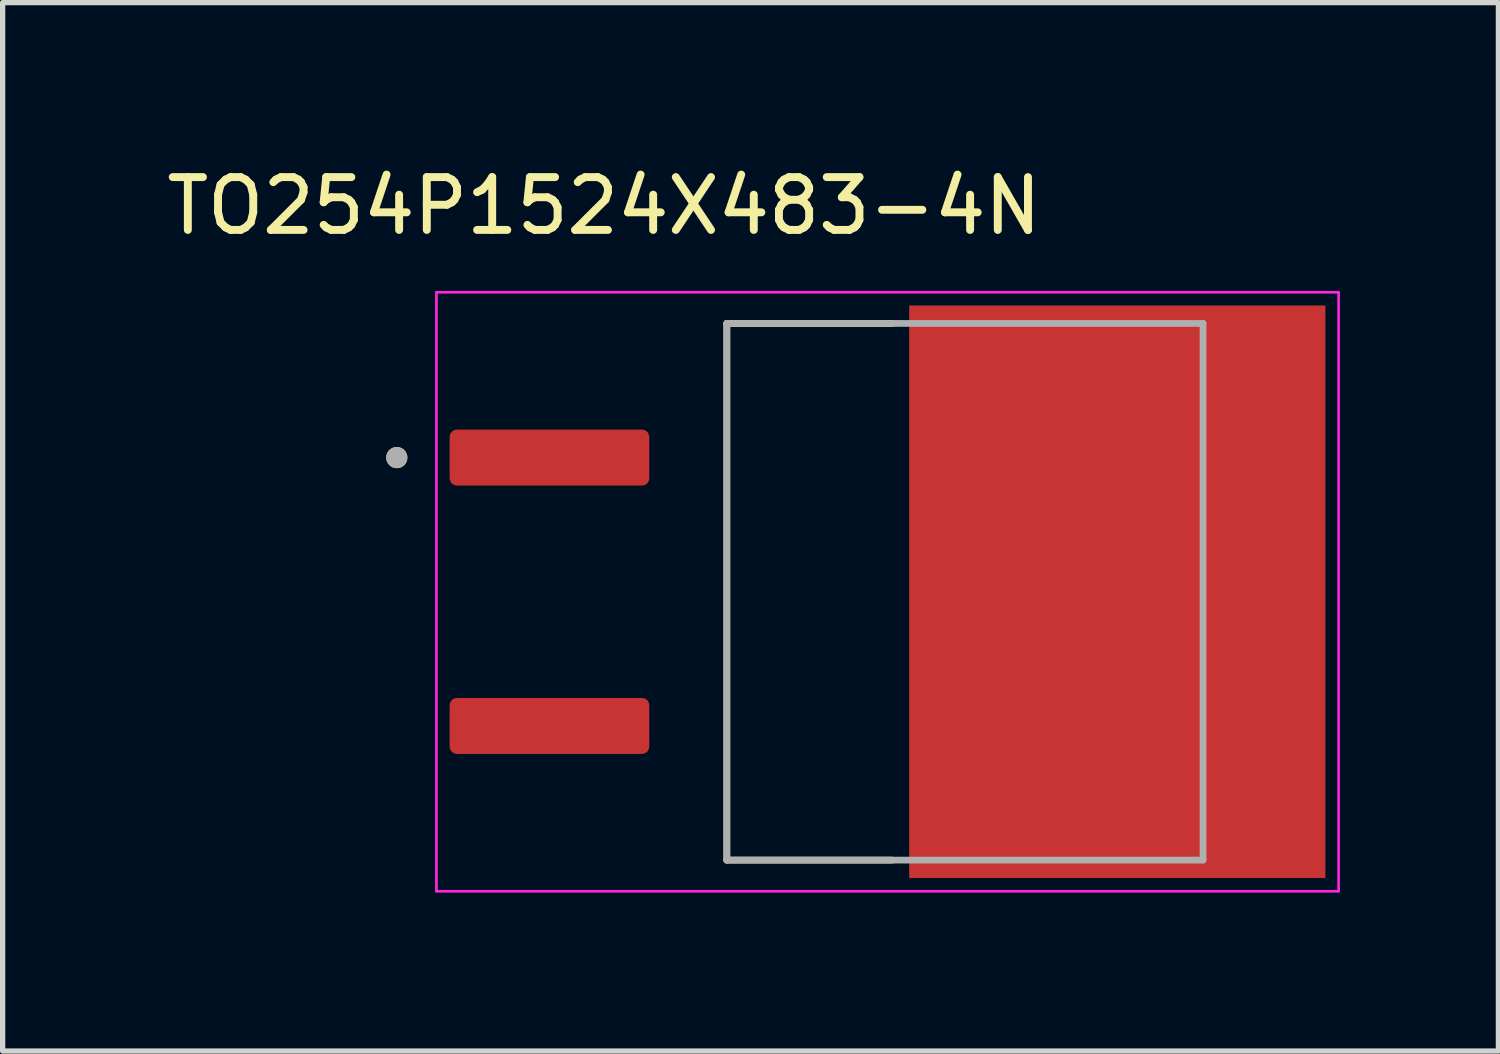
<source format=kicad_pcb>
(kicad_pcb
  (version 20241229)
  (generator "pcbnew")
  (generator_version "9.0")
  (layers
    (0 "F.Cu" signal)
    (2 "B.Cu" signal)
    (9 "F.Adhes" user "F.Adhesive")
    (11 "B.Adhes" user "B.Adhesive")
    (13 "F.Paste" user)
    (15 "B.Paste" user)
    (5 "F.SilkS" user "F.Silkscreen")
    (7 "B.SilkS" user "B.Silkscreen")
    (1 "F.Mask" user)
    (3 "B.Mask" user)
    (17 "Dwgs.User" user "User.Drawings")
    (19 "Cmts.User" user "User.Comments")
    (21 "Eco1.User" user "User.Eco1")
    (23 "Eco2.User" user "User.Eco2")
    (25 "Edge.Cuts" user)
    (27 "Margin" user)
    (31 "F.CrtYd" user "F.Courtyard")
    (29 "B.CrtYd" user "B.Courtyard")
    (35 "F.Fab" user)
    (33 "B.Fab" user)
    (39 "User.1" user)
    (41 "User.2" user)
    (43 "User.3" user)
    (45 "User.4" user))
  (footprint "TO254P1524X483-4N"
    (layer "F.Cu")
    (at 13.752 8.153)
    (property "Reference" "TO254P1524X483-4N" (at -5.365 -7.305 0) (layer "F.SilkS") (effects (font (size 1 1) (thickness 0.15))))
    (attr smd)
    (fp_line (start -3.042 -5.08) (end -3.042 5.08) (stroke (width 0.127) (type solid)) (layer "F.SilkS"))
    (fp_line (start -3.042 5.08) (end 0.09 5.08) (stroke (width 0.127) (type solid)) (layer "F.SilkS"))
    (fp_line (start 0.09 -5.08) (end -3.042 -5.08) (stroke (width 0.127) (type solid)) (layer "F.SilkS"))
    (fp_circle (center -9.29 -2.54) (end -9.19 -2.54) (stroke (width 0.2) (type solid)) (fill no) (layer "F.SilkS"))
    (fp_poly (pts (xy 0.96 -5.15) (xy 2.48 -5.15) (xy 2.48 -3.9) (xy 0.96 -3.9)) (stroke (width 0.01) (type solid)) (fill yes) (layer "F.Paste"))
    (fp_poly (pts (xy 0.96 -3.34) (xy 2.48 -3.34) (xy 2.48 -2.09) (xy 0.96 -2.09)) (stroke (width 0.01) (type solid)) (fill yes) (layer "F.Paste"))
    (fp_poly (pts (xy 0.96 -1.53) (xy 2.48 -1.53) (xy 2.48 -0.28) (xy 0.96 -0.28)) (stroke (width 0.01) (type solid)) (fill yes) (layer "F.Paste"))
    (fp_poly (pts (xy 0.96 0.28) (xy 2.48 0.28) (xy 2.48 1.53) (xy 0.96 1.53)) (stroke (width 0.01) (type solid)) (fill yes) (layer "F.Paste"))
    (fp_poly (pts (xy 0.96 2.09) (xy 2.48 2.09) (xy 2.48 3.34) (xy 0.96 3.34)) (stroke (width 0.01) (type solid)) (fill yes) (layer "F.Paste"))
    (fp_poly (pts (xy 0.96 3.9) (xy 2.48 3.9) (xy 2.48 5.15) (xy 0.96 5.15)) (stroke (width 0.01) (type solid)) (fill yes) (layer "F.Paste"))
    (fp_poly (pts (xy 3.59 -5.15) (xy 5.11 -5.15) (xy 5.11 -3.9) (xy 3.59 -3.9)) (stroke (width 0.01) (type solid)) (fill yes) (layer "F.Paste"))
    (fp_poly (pts (xy 3.59 -3.34) (xy 5.11 -3.34) (xy 5.11 -2.09) (xy 3.59 -2.09)) (stroke (width 0.01) (type solid)) (fill yes) (layer "F.Paste"))
    (fp_poly (pts (xy 3.59 -1.53) (xy 5.11 -1.53) (xy 5.11 -0.28) (xy 3.59 -0.28)) (stroke (width 0.01) (type solid)) (fill yes) (layer "F.Paste"))
    (fp_poly (pts (xy 3.59 0.28) (xy 5.11 0.28) (xy 5.11 1.53) (xy 3.59 1.53)) (stroke (width 0.01) (type solid)) (fill yes) (layer "F.Paste"))
    (fp_poly (pts (xy 3.59 2.09) (xy 5.11 2.09) (xy 5.11 3.34) (xy 3.59 3.34)) (stroke (width 0.01) (type solid)) (fill yes) (layer "F.Paste"))
    (fp_poly (pts (xy 3.59 3.9) (xy 5.11 3.9) (xy 5.11 5.15) (xy 3.59 5.15)) (stroke (width 0.01) (type solid)) (fill yes) (layer "F.Paste"))
    (fp_poly (pts (xy 6.22 -5.15) (xy 7.74 -5.15) (xy 7.74 -3.9) (xy 6.22 -3.9)) (stroke (width 0.01) (type solid)) (fill yes) (layer "F.Paste"))
    (fp_poly (pts (xy 6.22 -3.34) (xy 7.74 -3.34) (xy 7.74 -2.09) (xy 6.22 -2.09)) (stroke (width 0.01) (type solid)) (fill yes) (layer "F.Paste"))
    (fp_poly (pts (xy 6.22 -1.53) (xy 7.74 -1.53) (xy 7.74 -0.28) (xy 6.22 -0.28)) (stroke (width 0.01) (type solid)) (fill yes) (layer "F.Paste"))
    (fp_poly (pts (xy 6.22 0.28) (xy 7.74 0.28) (xy 7.74 1.53) (xy 6.22 1.53)) (stroke (width 0.01) (type solid)) (fill yes) (layer "F.Paste"))
    (fp_poly (pts (xy 6.22 2.09) (xy 7.74 2.09) (xy 7.74 3.34) (xy 6.22 3.34)) (stroke (width 0.01) (type solid)) (fill yes) (layer "F.Paste"))
    (fp_poly (pts (xy 6.22 3.9) (xy 7.74 3.9) (xy 7.74 5.15) (xy 6.22 5.15)) (stroke (width 0.01) (type solid)) (fill yes) (layer "F.Paste"))
    (fp_line (start -8.54 -5.67) (end -8.54 5.67) (stroke (width 0.05) (type solid)) (layer "F.CrtYd"))
    (fp_line (start -8.54 5.67) (end 8.54 5.67) (stroke (width 0.05) (type solid)) (layer "F.CrtYd"))
    (fp_line (start 8.54 -5.67) (end -8.54 -5.67) (stroke (width 0.05) (type solid)) (layer "F.CrtYd"))
    (fp_line (start 8.54 5.67) (end 8.54 -5.67) (stroke (width 0.05) (type solid)) (layer "F.CrtYd"))
    (fp_line (start -3.042 -5.08) (end -3.042 5.08) (stroke (width 0.127) (type solid)) (layer "F.Fab"))
    (fp_line (start -3.042 5.08) (end 5.973 5.08) (stroke (width 0.127) (type solid)) (layer "F.Fab"))
    (fp_line (start 5.973 -5.08) (end -3.042 -5.08) (stroke (width 0.127) (type solid)) (layer "F.Fab"))
    (fp_line (start 5.973 5.08) (end 5.973 -5.08) (stroke (width 0.127) (type solid)) (layer "F.Fab"))
    (fp_circle (center -9.29 -2.54) (end -9.19 -2.54) (stroke (width 0.2) (type solid)) (fill no) (layer "F.Fab"))
    (pad "1" smd roundrect (at -6.4 -2.54) (size 3.78 1.06) (layers "F.Cu" "F.Mask" "F.Paste") (roundrect_rratio 0.13))
    (pad "3" smd roundrect (at -6.4 2.54) (size 3.78 1.06) (layers "F.Cu" "F.Mask" "F.Paste") (roundrect_rratio 0.13))
    (pad "4" smd rect (at 4.35 0) (size 7.88 10.84) (layers "F.Cu" "F.Mask")))
  (gr_rect
    (start -3 -3)
    (end 25.317 16.848)
    (stroke (width 0.1) (type default))
    (fill no)
    (layer "Edge.Cuts")))
</source>
